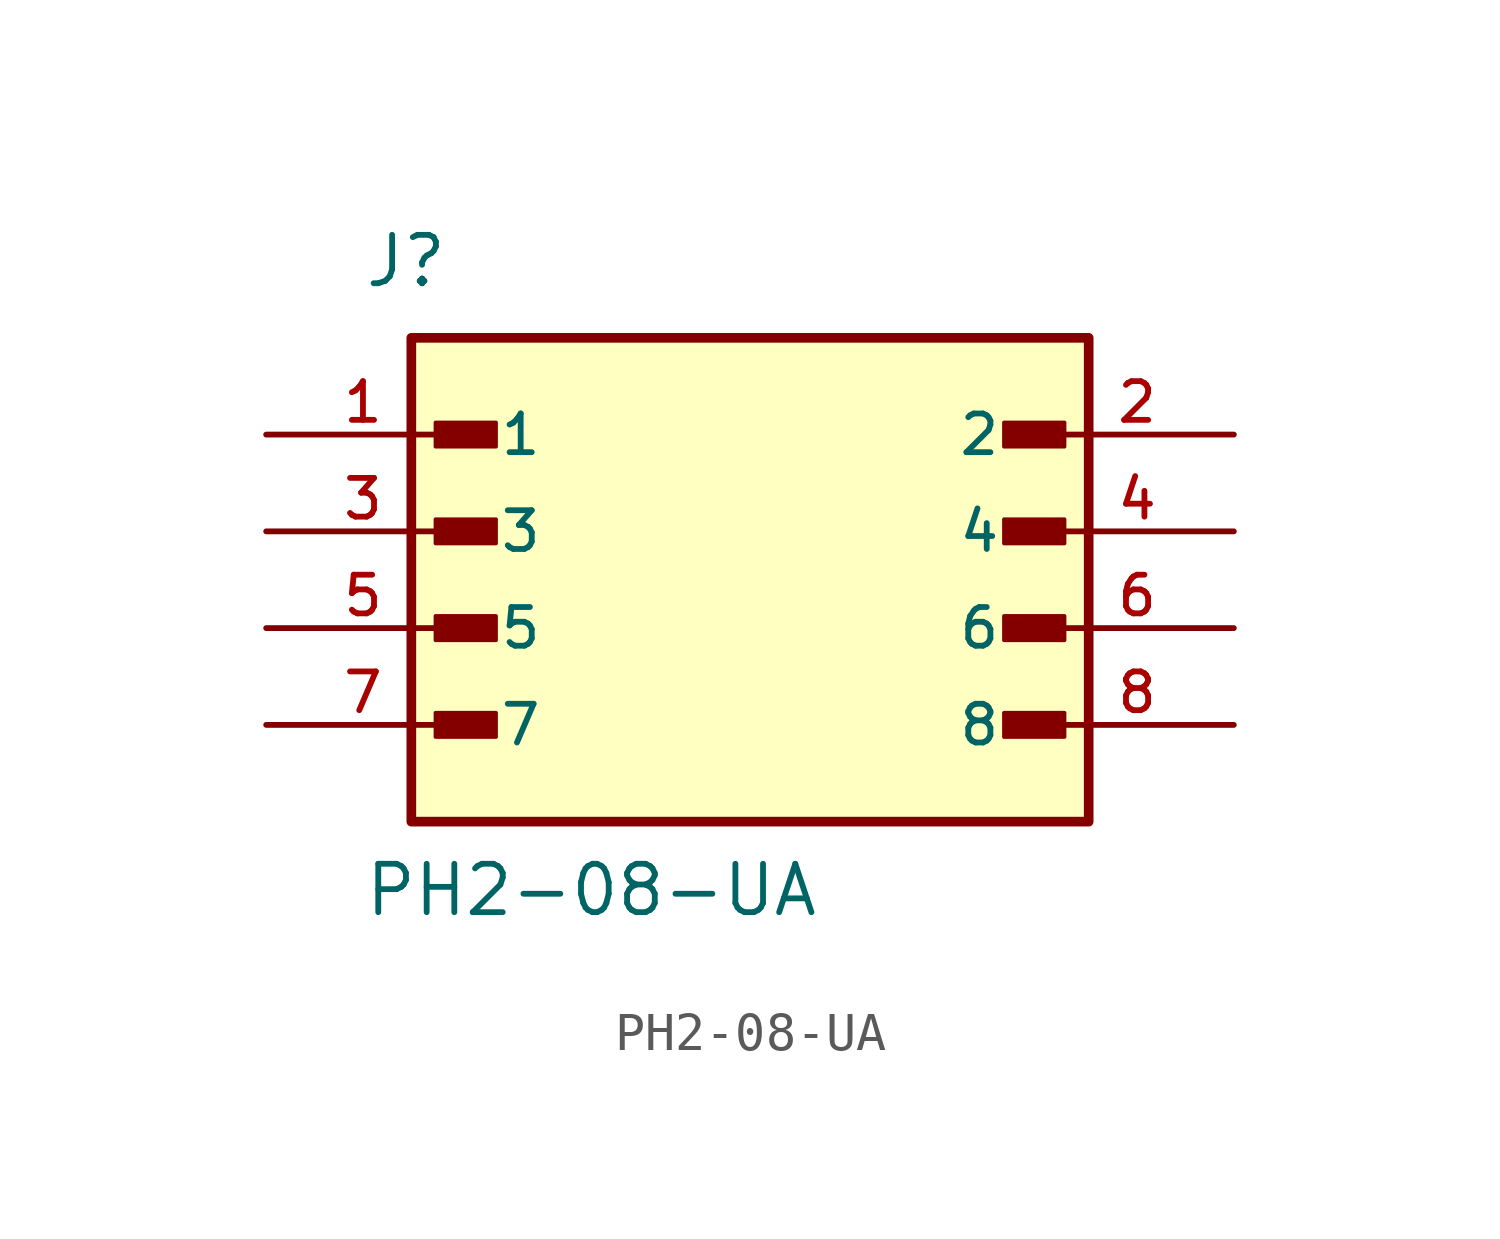
<source format=kicad_sym>
(kicad_symbol_lib
  (version 20211014)
  (generator kicad_symbol_editor)
  (symbol "PH2-08-UA"
    (pin_names
      (offset 1.016))
    (property "Reference" "J"
      (at -10.16 8.89 0)
      (effects (font (size 1.27 1.27)) (justify bottom left)))
    (property "Value" "PH2-08-UA"
      (at -10.16 -7.62 0)
      (effects (font (size 1.27 1.27)) (justify bottom left)))
    (symbol "PH2-08-UA_0_0"
      (rectangle (start -8.255 4.763) (end -6.668 5.397) (stroke (width 0.1)) (fill (type outline)))
      (rectangle (start -8.255 2.223) (end -6.668 2.857) (stroke (width 0.1)) (fill (type outline)))
      (rectangle (start -8.255 -0.318) (end -6.668 0.318) (stroke (width 0.1)) (fill (type outline)))
      (rectangle (start -8.255 -2.857) (end -6.668 -2.223) (stroke (width 0.1)) (fill (type outline)))
      (rectangle (start 6.668 -2.857) (end 8.255 -2.223) (stroke (width 0.1)) (fill (type outline)))
      (rectangle (start 6.668 -0.318) (end 8.255 0.318) (stroke (width 0.1)) (fill (type outline)))
      (rectangle (start 6.668 2.223) (end 8.255 2.857) (stroke (width 0.1)) (fill (type outline)))
      (rectangle (start 6.668 4.763) (end 8.255 5.397) (stroke (width 0.1)) (fill (type outline)))
      (rectangle (start -8.89 -5.08) (end 8.89 7.62) (stroke (width 0.254)) (fill (type background)))
      (pin passive line (at -12.7 5.08 0) (length 5.08) (name "1" (effects (font (size 1.016 1.016)))) (number "1" (effects (font (size 1.016 1.016)))))
      (pin passive line (at 12.7 5.08 180.0) (length 5.08) (name "2" (effects (font (size 1.016 1.016)))) (number "2" (effects (font (size 1.016 1.016)))))
      (pin passive line (at -12.7 2.54 0) (length 5.08) (name "3" (effects (font (size 1.016 1.016)))) (number "3" (effects (font (size 1.016 1.016)))))
      (pin passive line (at 12.7 2.54 180.0) (length 5.08) (name "4" (effects (font (size 1.016 1.016)))) (number "4" (effects (font (size 1.016 1.016)))))
      (pin passive line (at -12.7 0.0 0) (length 5.08) (name "5" (effects (font (size 1.016 1.016)))) (number "5" (effects (font (size 1.016 1.016)))))
      (pin passive line (at 12.7 0.0 180.0) (length 5.08) (name "6" (effects (font (size 1.016 1.016)))) (number "6" (effects (font (size 1.016 1.016)))))
      (pin passive line (at -12.7 -2.54 0) (length 5.08) (name "7" (effects (font (size 1.016 1.016)))) (number "7" (effects (font (size 1.016 1.016)))))
      (pin passive line (at 12.7 -2.54 180.0) (length 5.08) (name "8" (effects (font (size 1.016 1.016)))) (number "8" (effects (font (size 1.016 1.016))))))))
</source>
